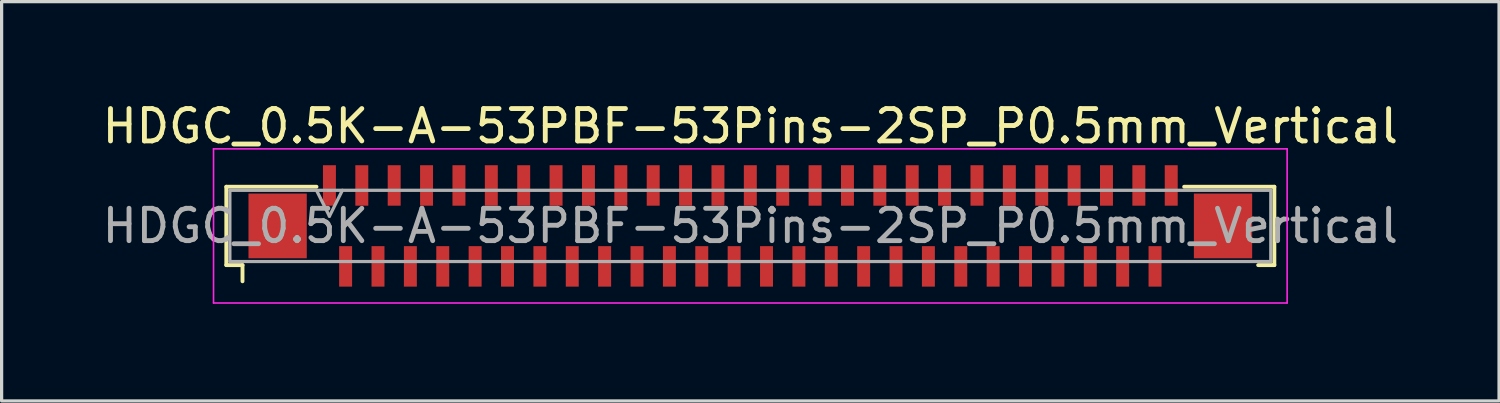
<source format=kicad_pcb>
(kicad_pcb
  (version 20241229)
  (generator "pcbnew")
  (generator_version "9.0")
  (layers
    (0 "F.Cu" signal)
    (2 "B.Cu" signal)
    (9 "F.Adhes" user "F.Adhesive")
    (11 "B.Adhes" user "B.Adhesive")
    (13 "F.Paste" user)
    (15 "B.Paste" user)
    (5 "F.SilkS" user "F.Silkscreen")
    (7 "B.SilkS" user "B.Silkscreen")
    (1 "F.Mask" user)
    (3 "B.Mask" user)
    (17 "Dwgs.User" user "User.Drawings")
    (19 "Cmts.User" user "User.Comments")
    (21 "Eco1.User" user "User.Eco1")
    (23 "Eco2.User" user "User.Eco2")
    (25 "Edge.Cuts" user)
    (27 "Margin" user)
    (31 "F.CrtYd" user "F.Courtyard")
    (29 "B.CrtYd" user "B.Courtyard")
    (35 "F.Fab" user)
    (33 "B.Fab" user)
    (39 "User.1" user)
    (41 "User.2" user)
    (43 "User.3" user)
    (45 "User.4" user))
  (footprint "HDGC_0.5K-A-53PBF-53Pins-2SP_P0.5mm_Vertical"
    (layer "F.Cu")
    (at 20.125 3.928)
    (property "Reference" "HDGC_0.5K-A-53PBF-53Pins-2SP_P0.5mm_Vertical" (at 0 -3.08 0) (layer "F.SilkS") (effects (font (size 1 1) (thickness 0.15))))
    (attr smd)
    (fp_line (start -16.185 -1.21) (end -13.4 -1.21) (stroke (width 0.12) (type solid)) (layer "F.SilkS"))
    (fp_line (start -16.185 1.21) (end -16.185 -1.21) (stroke (width 0.12) (type solid)) (layer "F.SilkS"))
    (fp_line (start -15.685 1.21) (end -16.185 1.21) (stroke (width 0.12) (type solid)) (layer "F.SilkS"))
    (fp_line (start -15.685 1.71) (end -15.685 1.21) (stroke (width 0.12) (type solid)) (layer "F.SilkS"))
    (fp_line (start 15.685 1.21) (end 16.185 1.21) (stroke (width 0.12) (type solid)) (layer "F.SilkS"))
    (fp_line (start 16.185 -1.21) (end 13.4 -1.21) (stroke (width 0.12) (type solid)) (layer "F.SilkS"))
    (fp_line (start 16.185 1.21) (end 16.185 -1.21) (stroke (width 0.12) (type solid)) (layer "F.SilkS"))
    (fp_line (start -16.58 -2.38) (end 16.58 -2.38) (stroke (width 0.05) (type solid)) (layer "F.CrtYd"))
    (fp_line (start -16.58 2.38) (end -16.58 -2.38) (stroke (width 0.05) (type solid)) (layer "F.CrtYd"))
    (fp_line (start 16.58 -2.38) (end 16.58 2.38) (stroke (width 0.05) (type solid)) (layer "F.CrtYd"))
    (fp_line (start 16.58 2.38) (end -16.58 2.38) (stroke (width 0.05) (type solid)) (layer "F.CrtYd"))
    (fp_line (start -16.075 -1.1) (end -16.075 1.1) (stroke (width 0.1) (type solid)) (layer "F.Fab"))
    (fp_line (start -16.075 1.1) (end 16.075 1.1) (stroke (width 0.1) (type solid)) (layer "F.Fab"))
    (fp_line (start -13.4 -1.1) (end -13 -0.3) (stroke (width 0.1) (type solid)) (layer "F.Fab"))
    (fp_line (start -13 -0.3) (end -12.6 -1.1) (stroke (width 0.1) (type solid)) (layer "F.Fab"))
    (fp_line (start 16.075 -1.1) (end -16.075 -1.1) (stroke (width 0.1) (type solid)) (layer "F.Fab"))
    (fp_line (start 16.075 1.1) (end 16.075 -1.1) (stroke (width 0.1) (type solid)) (layer "F.Fab"))
    (fp_text user "${REFERENCE}" (at 0 0 0) (layer "F.Fab") (effects (font (size 1 1) (thickness 0.15))))
    (pad "1" smd rect (at -13 -1.25) (size 0.4 1.25) (layers "F.Cu" "F.Mask" "F.Paste"))
    (pad "2" smd rect (at -12.5 1.25) (size 0.4 1.25) (layers "F.Cu" "F.Mask" "F.Paste"))
    (pad "3" smd rect (at -12 -1.25) (size 0.4 1.25) (layers "F.Cu" "F.Mask" "F.Paste"))
    (pad "4" smd rect (at -11.5 1.25) (size 0.4 1.25) (layers "F.Cu" "F.Mask" "F.Paste"))
    (pad "5" smd rect (at -11 -1.25) (size 0.4 1.25) (layers "F.Cu" "F.Mask" "F.Paste"))
    (pad "6" smd rect (at -10.5 1.25) (size 0.4 1.25) (layers "F.Cu" "F.Mask" "F.Paste"))
    (pad "7" smd rect (at -10 -1.25) (size 0.4 1.25) (layers "F.Cu" "F.Mask" "F.Paste"))
    (pad "8" smd rect (at -9.5 1.25) (size 0.4 1.25) (layers "F.Cu" "F.Mask" "F.Paste"))
    (pad "9" smd rect (at -9 -1.25) (size 0.4 1.25) (layers "F.Cu" "F.Mask" "F.Paste"))
    (pad "10" smd rect (at -8.5 1.25) (size 0.4 1.25) (layers "F.Cu" "F.Mask" "F.Paste"))
    (pad "11" smd rect (at -8 -1.25) (size 0.4 1.25) (layers "F.Cu" "F.Mask" "F.Paste"))
    (pad "12" smd rect (at -7.5 1.25) (size 0.4 1.25) (layers "F.Cu" "F.Mask" "F.Paste"))
    (pad "13" smd rect (at -7 -1.25) (size 0.4 1.25) (layers "F.Cu" "F.Mask" "F.Paste"))
    (pad "14" smd rect (at -6.5 1.25) (size 0.4 1.25) (layers "F.Cu" "F.Mask" "F.Paste"))
    (pad "15" smd rect (at -6 -1.25) (size 0.4 1.25) (layers "F.Cu" "F.Mask" "F.Paste"))
    (pad "16" smd rect (at -5.5 1.25) (size 0.4 1.25) (layers "F.Cu" "F.Mask" "F.Paste"))
    (pad "17" smd rect (at -5 -1.25) (size 0.4 1.25) (layers "F.Cu" "F.Mask" "F.Paste"))
    (pad "18" smd rect (at -4.5 1.25) (size 0.4 1.25) (layers "F.Cu" "F.Mask" "F.Paste"))
    (pad "19" smd rect (at -4 -1.25) (size 0.4 1.25) (layers "F.Cu" "F.Mask" "F.Paste"))
    (pad "20" smd rect (at -3.5 1.25) (size 0.4 1.25) (layers "F.Cu" "F.Mask" "F.Paste"))
    (pad "21" smd rect (at -3 -1.25) (size 0.4 1.25) (layers "F.Cu" "F.Mask" "F.Paste"))
    (pad "22" smd rect (at -2.5 1.25) (size 0.4 1.25) (layers "F.Cu" "F.Mask" "F.Paste"))
    (pad "23" smd rect (at -2 -1.25) (size 0.4 1.25) (layers "F.Cu" "F.Mask" "F.Paste"))
    (pad "24" smd rect (at -1.5 1.25) (size 0.4 1.25) (layers "F.Cu" "F.Mask" "F.Paste"))
    (pad "25" smd rect (at -1 -1.25) (size 0.4 1.25) (layers "F.Cu" "F.Mask" "F.Paste"))
    (pad "26" smd rect (at -0.5 1.25) (size 0.4 1.25) (layers "F.Cu" "F.Mask" "F.Paste"))
    (pad "27" smd rect (at 0 -1.25) (size 0.4 1.25) (layers "F.Cu" "F.Mask" "F.Paste"))
    (pad "28" smd rect (at 0.5 1.25) (size 0.4 1.25) (layers "F.Cu" "F.Mask" "F.Paste"))
    (pad "29" smd rect (at 1 -1.25) (size 0.4 1.25) (layers "F.Cu" "F.Mask" "F.Paste"))
    (pad "30" smd rect (at 1.5 1.25) (size 0.4 1.25) (layers "F.Cu" "F.Mask" "F.Paste"))
    (pad "31" smd rect (at 2 -1.25) (size 0.4 1.25) (layers "F.Cu" "F.Mask" "F.Paste"))
    (pad "32" smd rect (at 2.5 1.25) (size 0.4 1.25) (layers "F.Cu" "F.Mask" "F.Paste"))
    (pad "33" smd rect (at 3 -1.25) (size 0.4 1.25) (layers "F.Cu" "F.Mask" "F.Paste"))
    (pad "34" smd rect (at 3.5 1.25) (size 0.4 1.25) (layers "F.Cu" "F.Mask" "F.Paste"))
    (pad "35" smd rect (at 4 -1.25) (size 0.4 1.25) (layers "F.Cu" "F.Mask" "F.Paste"))
    (pad "36" smd rect (at 4.5 1.25) (size 0.4 1.25) (layers "F.Cu" "F.Mask" "F.Paste"))
    (pad "37" smd rect (at 5 -1.25) (size 0.4 1.25) (layers "F.Cu" "F.Mask" "F.Paste"))
    (pad "38" smd rect (at 5.5 1.25) (size 0.4 1.25) (layers "F.Cu" "F.Mask" "F.Paste"))
    (pad "39" smd rect (at 6 -1.25) (size 0.4 1.25) (layers "F.Cu" "F.Mask" "F.Paste"))
    (pad "40" smd rect (at 6.5 1.25) (size 0.4 1.25) (layers "F.Cu" "F.Mask" "F.Paste"))
    (pad "41" smd rect (at 7 -1.25) (size 0.4 1.25) (layers "F.Cu" "F.Mask" "F.Paste"))
    (pad "42" smd rect (at 7.5 1.25) (size 0.4 1.25) (layers "F.Cu" "F.Mask" "F.Paste"))
    (pad "43" smd rect (at 8 -1.25) (size 0.4 1.25) (layers "F.Cu" "F.Mask" "F.Paste"))
    (pad "44" smd rect (at 8.5 1.25) (size 0.4 1.25) (layers "F.Cu" "F.Mask" "F.Paste"))
    (pad "45" smd rect (at 9 -1.25) (size 0.4 1.25) (layers "F.Cu" "F.Mask" "F.Paste"))
    (pad "46" smd rect (at 9.5 1.25) (size 0.4 1.25) (layers "F.Cu" "F.Mask" "F.Paste"))
    (pad "47" smd rect (at 10 -1.25) (size 0.4 1.25) (layers "F.Cu" "F.Mask" "F.Paste"))
    (pad "48" smd rect (at 10.5 1.25) (size 0.4 1.25) (layers "F.Cu" "F.Mask" "F.Paste"))
    (pad "49" smd rect (at 11 -1.25) (size 0.4 1.25) (layers "F.Cu" "F.Mask" "F.Paste"))
    (pad "50" smd rect (at 11.5 1.25) (size 0.4 1.25) (layers "F.Cu" "F.Mask" "F.Paste"))
    (pad "51" smd rect (at 12 -1.25) (size 0.4 1.25) (layers "F.Cu" "F.Mask" "F.Paste"))
    (pad "52" smd rect (at 12.5 1.25) (size 0.4 1.25) (layers "F.Cu" "F.Mask" "F.Paste"))
    (pad "53" smd rect (at 13 -1.25) (size 0.4 1.25) (layers "F.Cu" "F.Mask" "F.Paste"))
    (pad "MP" smd rect (at -14.6 0) (size 1.8 2) (layers "F.Cu" "F.Mask" "F.Paste"))
    (pad "MP" smd rect (at 14.6 0) (size 1.8 2) (layers "F.Cu" "F.Mask" "F.Paste")))
  (gr_rect
    (start -3 -3)
    (end 43.25 9.333)
    (stroke (width 0.1) (type default))
    (fill no)
    (layer "Edge.Cuts")))
</source>
